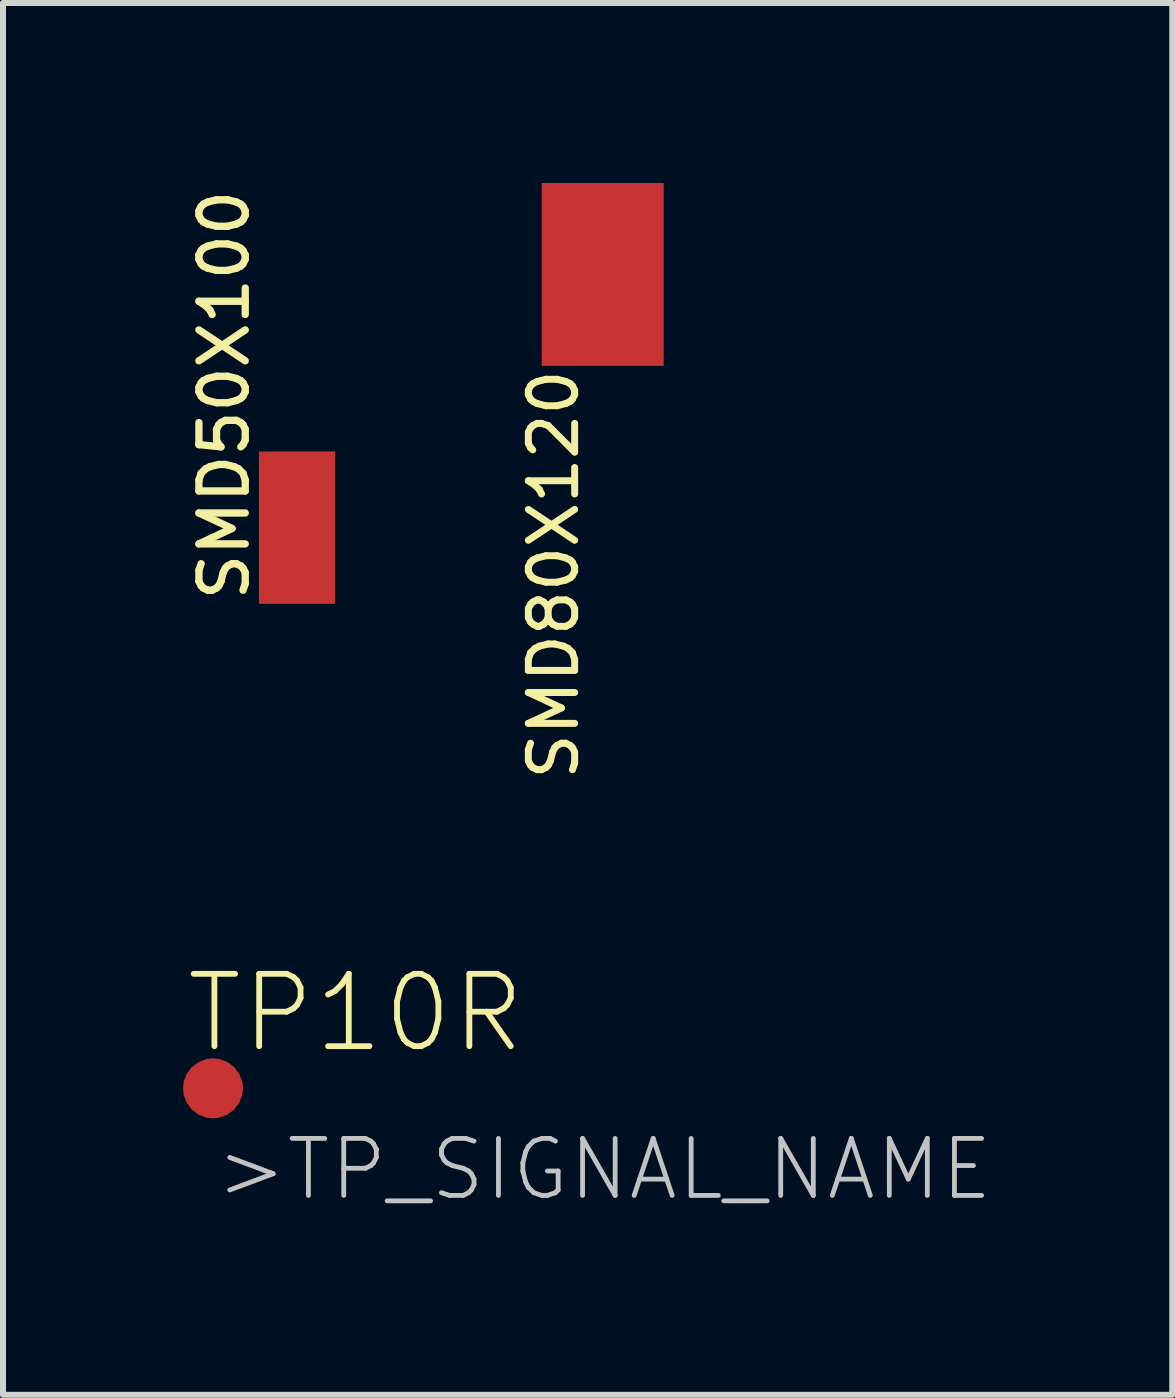
<source format=kicad_pcb>
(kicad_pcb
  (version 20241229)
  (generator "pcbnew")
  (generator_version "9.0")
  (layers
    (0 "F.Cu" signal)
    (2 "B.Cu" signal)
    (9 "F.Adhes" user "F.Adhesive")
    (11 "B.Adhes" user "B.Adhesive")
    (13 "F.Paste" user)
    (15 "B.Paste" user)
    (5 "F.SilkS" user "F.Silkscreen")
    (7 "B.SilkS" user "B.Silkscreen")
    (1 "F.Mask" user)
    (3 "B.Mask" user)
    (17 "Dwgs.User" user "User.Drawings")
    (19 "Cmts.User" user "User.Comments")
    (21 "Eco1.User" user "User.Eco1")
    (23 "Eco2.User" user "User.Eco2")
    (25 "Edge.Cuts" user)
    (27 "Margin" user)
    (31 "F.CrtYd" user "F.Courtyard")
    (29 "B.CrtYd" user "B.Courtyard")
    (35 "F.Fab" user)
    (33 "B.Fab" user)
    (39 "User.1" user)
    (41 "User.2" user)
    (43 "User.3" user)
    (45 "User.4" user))
  (footprint "SMD50X100"
    (layer "F.Cu")
    (at 1.9 5.744)
    (property "Reference" "SMD50X100" (at -0.762 1.27 90) (layer "F.SilkS") (effects (font (size 0.772 0.772) (thickness 0.122)) (justify left bottom)))
    (attr through_hole)
    (pad "1" smd rect (at 0 0) (size 1.27 2.54) (layers "F.Cu" "F.Mask")))
  (footprint "SMD80X120"
    (layer "F.Cu")
    (at 6.995 1.524)
    (property "Reference" "SMD80X120" (at -1.27 1.524 270) (layer "F.SilkS") (effects (font (size 0.772 0.772) (thickness 0.116)) (justify right top)))
    (attr through_hole)
    (pad "1" smd rect (at 0 0) (size 2.032 3.048) (layers "F.Cu" "F.Mask")))
  (footprint "TP10R"
    (layer "F.Cu")
    (at 0.5 15.089)
    (property "Reference" "TP10R" (at -0.5 -0.55 0) (layer "F.SilkS") (effects (font (size 1.206 1.206) (thickness 0.097)) (justify left bottom)))
    (attr through_hole)
    (fp_text user ">TP_SIGNAL_NAME" (at 0 1.905 0) (layer "Dwgs.User") (effects (font (size 0.95 0.95) (thickness 0.08)) (justify left bottom)))
    (pad "TP" smd roundrect (at 0 0) (size 1 1) (layers "F.Cu" "F.Mask") (roundrect_rratio 0.5)))
  (gr_rect
    (start -3 -3)
    (end 16.488 20.197)
    (stroke (width 0.1) (type default))
    (fill no)
    (layer "Edge.Cuts")))
</source>
